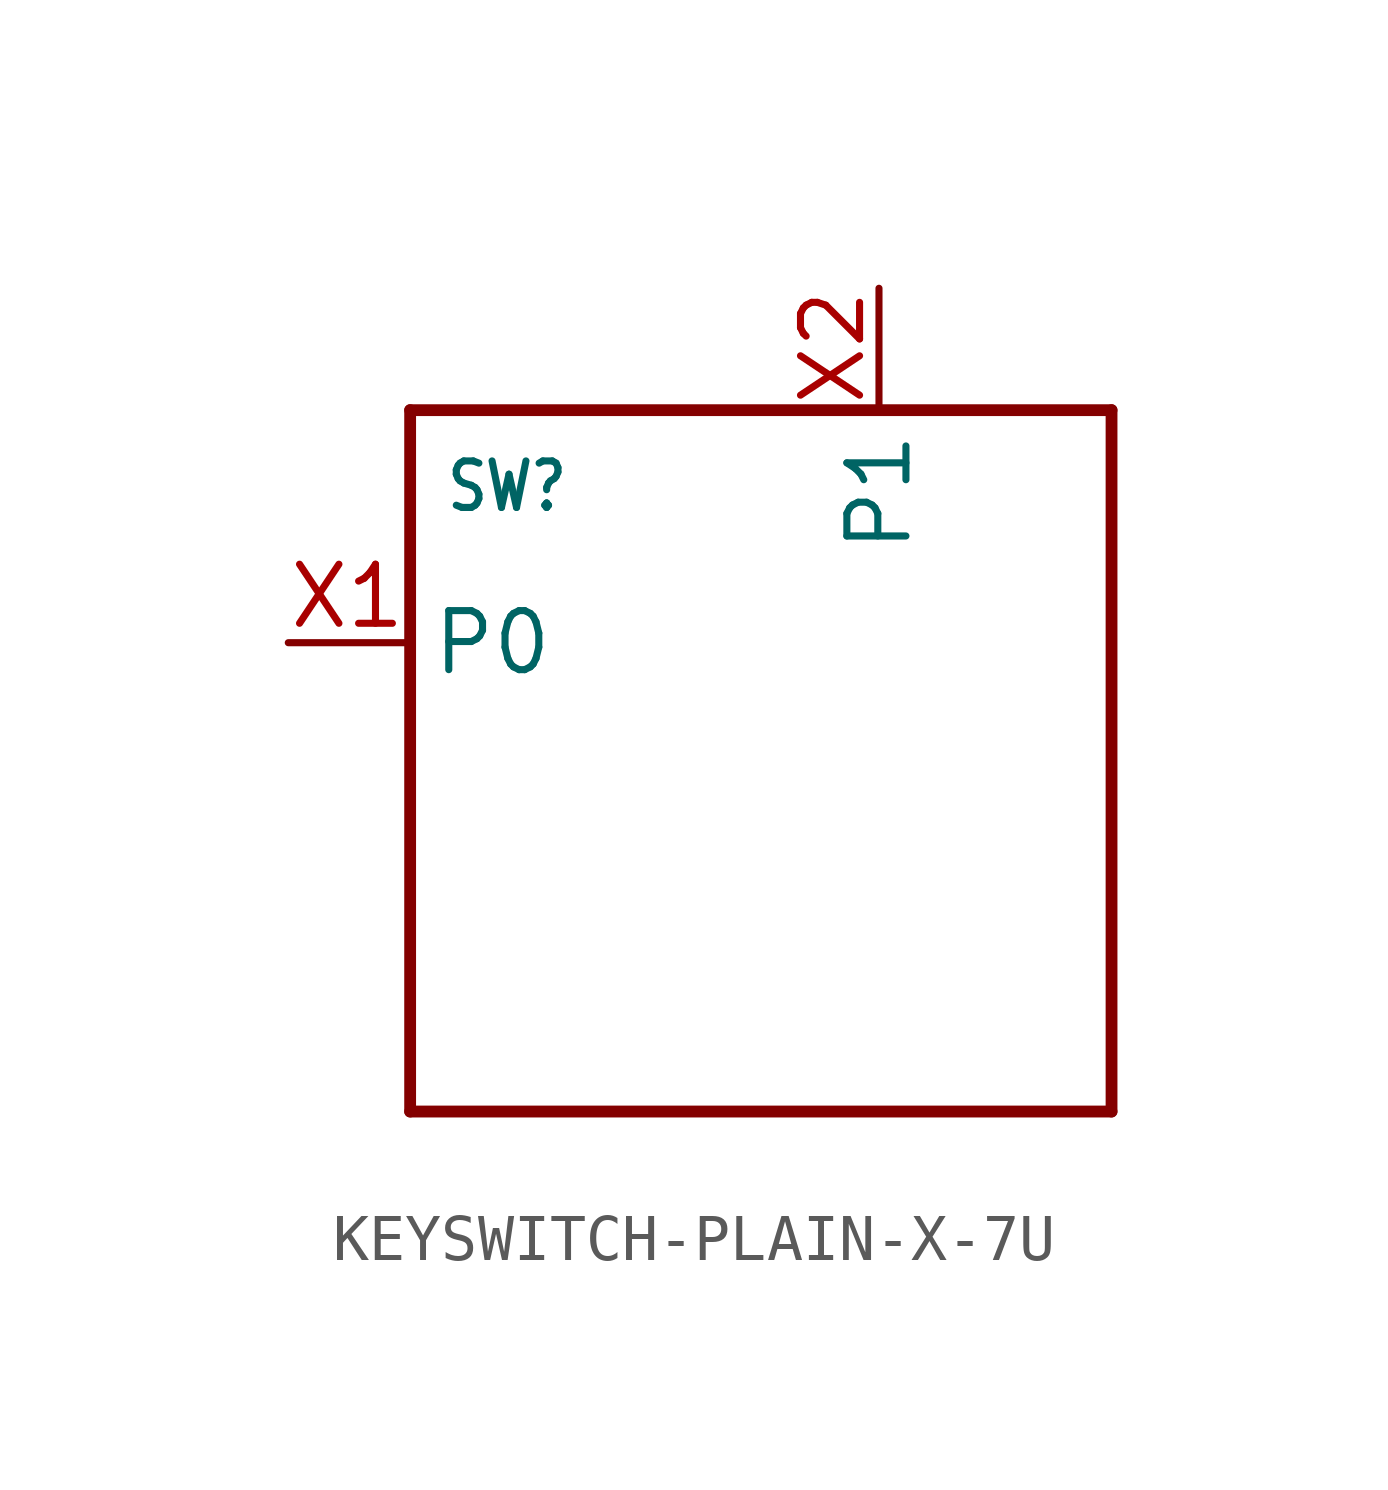
<source format=kicad_sym>
(kicad_symbol_lib
  (version 20211014)
  (generator kicad_symbol_editor)
  (symbol "KEYSWITCH-PLAIN-X-7U"
    (property "Reference" "SW"
      (at -6.81 5.318 0)
      (effects (font (size 1 0.85)) (justify left bottom)))
    (property "ki_locked" ""
      (at 0 0 0)
      (effects (font (size 1.27 1.27))))
    (symbol "KEYSWITCH-PLAIN-X-7U_1_0"
      (polyline (pts (xy -7.54 -7.54) (xy -7.54 7.54)) (stroke (width 0.254) (type default) (color 0 0 0 0)) (fill (type none)))
      (polyline (pts (xy -7.54 7.54) (xy 7.54 7.54)) (stroke (width 0.254) (type default) (color 0 0 0 0)) (fill (type none)))
      (polyline (pts (xy 7.54 -7.54) (xy -7.54 -7.54)) (stroke (width 0.254) (type default) (color 0 0 0 0)) (fill (type none)))
      (polyline (pts (xy 7.54 7.54) (xy 7.54 -7.54)) (stroke (width 0.254) (type default) (color 0 0 0 0)) (fill (type none)))
      (pin bidirectional line (at -10.16 2.54 0) (length 2.54) (name "P0" (effects (font (size 1.27 1.27)))) (number "X1" (effects (font (size 1.27 1.27)))))
      (pin bidirectional line (at 2.54 10.16 270) (length 2.54) (name "P1" (effects (font (size 1.27 1.27)))) (number "X2" (effects (font (size 1.27 1.27))))))))
</source>
